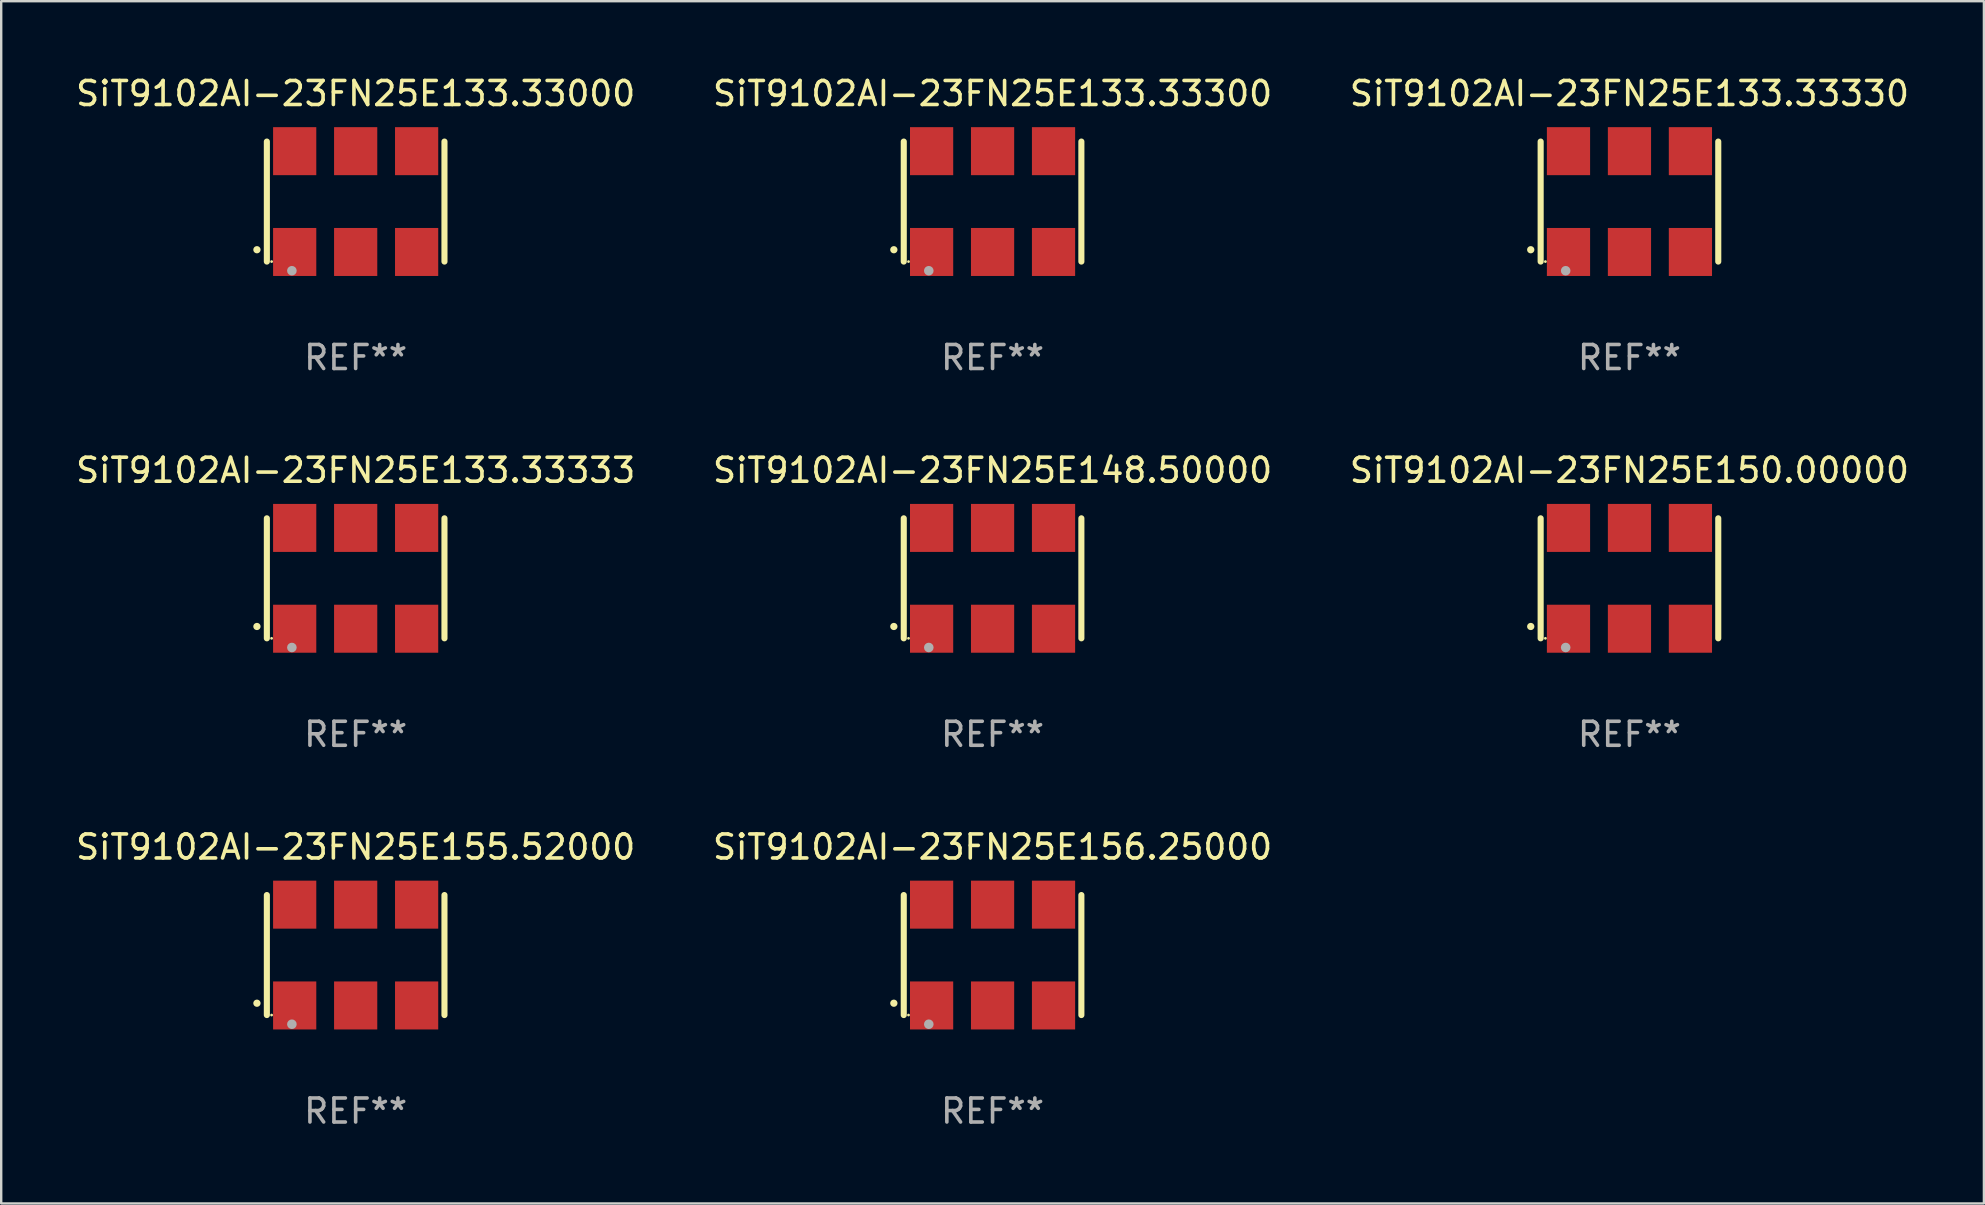
<source format=kicad_pcb>
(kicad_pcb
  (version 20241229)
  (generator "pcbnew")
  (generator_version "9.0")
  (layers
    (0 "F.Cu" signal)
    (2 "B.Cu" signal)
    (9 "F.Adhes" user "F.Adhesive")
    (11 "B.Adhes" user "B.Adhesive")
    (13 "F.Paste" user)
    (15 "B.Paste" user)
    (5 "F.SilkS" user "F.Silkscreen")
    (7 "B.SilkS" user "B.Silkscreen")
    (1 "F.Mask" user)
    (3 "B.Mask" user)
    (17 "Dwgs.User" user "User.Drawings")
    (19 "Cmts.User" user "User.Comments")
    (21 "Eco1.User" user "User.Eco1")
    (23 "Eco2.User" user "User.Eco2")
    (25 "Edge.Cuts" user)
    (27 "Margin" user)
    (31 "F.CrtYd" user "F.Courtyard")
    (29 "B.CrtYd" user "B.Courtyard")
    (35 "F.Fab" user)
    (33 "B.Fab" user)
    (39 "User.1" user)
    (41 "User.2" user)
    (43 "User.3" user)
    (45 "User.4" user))
  (footprint "SiT9102AI-23FN25E156.25000"
    (layer "F.Cu")
    (at 38.304 36.741)
    (property "Reference" "SiT9102AI-23FN25E156.25000" (at 0 -4.5 0) (layer "F.SilkS") (effects (font (size 1 1) (thickness 0.15))))
    (attr through_hole)
    (fp_line (start -3.7 -2.5) (end -3.7 2.5) (stroke (width 0.254) (type solid)) (layer "F.SilkS"))
    (fp_line (start 3.7 -2.5) (end 3.7 2.5) (stroke (width 0.254) (type solid)) (layer "F.SilkS"))
    (fp_arc (start -4.114415 2.006604) (mid -4.113145 2.006599) (end -4.111875 2.006604) (stroke (width 0.3) (type solid)) (layer "F.SilkS"))
    (fp_circle (center -3.502 2.5) (end -3.472 2.5) (stroke (width 0.06) (type solid)) (fill no) (layer "F.SilkS"))
    (fp_circle (center -2.657 2.882) (end -2.557 2.882) (stroke (width 0.2) (type solid)) (fill no) (layer "F.Fab"))
    (fp_text user "REF**" (at 0 6.5 0) (layer "F.Fab") (effects (font (size 1 1) (thickness 0.15))))
    (pad "1" smd rect (at -2.54 2.1) (size 1.8 2) (layers "F.Cu" "F.Mask" "F.Paste"))
    (pad "2" smd rect (at 0.000394 2.1) (size 1.8 2) (layers "F.Cu" "F.Mask" "F.Paste"))
    (pad "3" smd rect (at 2.54 2.1) (size 1.8 2) (layers "F.Cu" "F.Mask" "F.Paste"))
    (pad "4" smd rect (at 2.54 -2.1) (size 1.8 2) (layers "F.Cu" "F.Mask" "F.Paste"))
    (pad "5" smd rect (at 0.000394 -2.1) (size 1.8 2) (layers "F.Cu" "F.Mask" "F.Paste"))
    (pad "6" smd rect (at -2.54 -2.1) (size 1.8 2) (layers "F.Cu" "F.Mask" "F.Paste")))
  (footprint "SiT9102AI-23FN25E148.50000"
    (layer "F.Cu")
    (at 38.304 21.045)
    (property "Reference" "SiT9102AI-23FN25E148.50000" (at 0 -4.5 0) (layer "F.SilkS") (effects (font (size 1 1) (thickness 0.15))))
    (attr through_hole)
    (fp_line (start -3.7 -2.5) (end -3.7 2.5) (stroke (width 0.254) (type solid)) (layer "F.SilkS"))
    (fp_line (start 3.7 -2.5) (end 3.7 2.5) (stroke (width 0.254) (type solid)) (layer "F.SilkS"))
    (fp_arc (start -4.114415 2.006604) (mid -4.113145 2.006599) (end -4.111875 2.006604) (stroke (width 0.3) (type solid)) (layer "F.SilkS"))
    (fp_circle (center -3.502 2.5) (end -3.472 2.5) (stroke (width 0.06) (type solid)) (fill no) (layer "F.SilkS"))
    (fp_circle (center -2.657 2.882) (end -2.557 2.882) (stroke (width 0.2) (type solid)) (fill no) (layer "F.Fab"))
    (fp_text user "REF**" (at 0 6.5 0) (layer "F.Fab") (effects (font (size 1 1) (thickness 0.15))))
    (pad "1" smd rect (at -2.54 2.1) (size 1.8 2) (layers "F.Cu" "F.Mask" "F.Paste"))
    (pad "2" smd rect (at 0.000394 2.1) (size 1.8 2) (layers "F.Cu" "F.Mask" "F.Paste"))
    (pad "3" smd rect (at 2.54 2.1) (size 1.8 2) (layers "F.Cu" "F.Mask" "F.Paste"))
    (pad "4" smd rect (at 2.54 -2.1) (size 1.8 2) (layers "F.Cu" "F.Mask" "F.Paste"))
    (pad "5" smd rect (at 0.000394 -2.1) (size 1.8 2) (layers "F.Cu" "F.Mask" "F.Paste"))
    (pad "6" smd rect (at -2.54 -2.1) (size 1.8 2) (layers "F.Cu" "F.Mask" "F.Paste")))
  (footprint "SiT9102AI-23FN25E150.00000"
    (layer "F.Cu")
    (at 64.839 21.045)
    (property "Reference" "SiT9102AI-23FN25E150.00000" (at 0 -4.5 0) (layer "F.SilkS") (effects (font (size 1 1) (thickness 0.15))))
    (attr through_hole)
    (fp_line (start -3.7 -2.5) (end -3.7 2.5) (stroke (width 0.254) (type solid)) (layer "F.SilkS"))
    (fp_line (start 3.7 -2.5) (end 3.7 2.5) (stroke (width 0.254) (type solid)) (layer "F.SilkS"))
    (fp_arc (start -4.114415 2.006604) (mid -4.113145 2.006599) (end -4.111875 2.006604) (stroke (width 0.3) (type solid)) (layer "F.SilkS"))
    (fp_circle (center -3.502 2.5) (end -3.472 2.5) (stroke (width 0.06) (type solid)) (fill no) (layer "F.SilkS"))
    (fp_circle (center -2.657 2.882) (end -2.557 2.882) (stroke (width 0.2) (type solid)) (fill no) (layer "F.Fab"))
    (fp_text user "REF**" (at 0 6.5 0) (layer "F.Fab") (effects (font (size 1 1) (thickness 0.15))))
    (pad "1" smd rect (at -2.54 2.1) (size 1.8 2) (layers "F.Cu" "F.Mask" "F.Paste"))
    (pad "2" smd rect (at 0.000394 2.1) (size 1.8 2) (layers "F.Cu" "F.Mask" "F.Paste"))
    (pad "3" smd rect (at 2.54 2.1) (size 1.8 2) (layers "F.Cu" "F.Mask" "F.Paste"))
    (pad "4" smd rect (at 2.54 -2.1) (size 1.8 2) (layers "F.Cu" "F.Mask" "F.Paste"))
    (pad "5" smd rect (at 0.000394 -2.1) (size 1.8 2) (layers "F.Cu" "F.Mask" "F.Paste"))
    (pad "6" smd rect (at -2.54 -2.1) (size 1.8 2) (layers "F.Cu" "F.Mask" "F.Paste")))
  (footprint "SiT9102AI-23FN25E133.33330"
    (layer "F.Cu")
    (at 64.839 5.348)
    (property "Reference" "SiT9102AI-23FN25E133.33330" (at 0 -4.5 0) (layer "F.SilkS") (effects (font (size 1 1) (thickness 0.15))))
    (attr through_hole)
    (fp_line (start -3.7 -2.5) (end -3.7 2.5) (stroke (width 0.254) (type solid)) (layer "F.SilkS"))
    (fp_line (start 3.7 -2.5) (end 3.7 2.5) (stroke (width 0.254) (type solid)) (layer "F.SilkS"))
    (fp_arc (start -4.114415 2.006604) (mid -4.113145 2.006599) (end -4.111875 2.006604) (stroke (width 0.3) (type solid)) (layer "F.SilkS"))
    (fp_circle (center -3.502 2.5) (end -3.472 2.5) (stroke (width 0.06) (type solid)) (fill no) (layer "F.SilkS"))
    (fp_circle (center -2.657 2.882) (end -2.557 2.882) (stroke (width 0.2) (type solid)) (fill no) (layer "F.Fab"))
    (fp_text user "REF**" (at 0 6.5 0) (layer "F.Fab") (effects (font (size 1 1) (thickness 0.15))))
    (pad "1" smd rect (at -2.54 2.1) (size 1.8 2) (layers "F.Cu" "F.Mask" "F.Paste"))
    (pad "2" smd rect (at 0.000394 2.1) (size 1.8 2) (layers "F.Cu" "F.Mask" "F.Paste"))
    (pad "3" smd rect (at 2.54 2.1) (size 1.8 2) (layers "F.Cu" "F.Mask" "F.Paste"))
    (pad "4" smd rect (at 2.54 -2.1) (size 1.8 2) (layers "F.Cu" "F.Mask" "F.Paste"))
    (pad "5" smd rect (at 0.000394 -2.1) (size 1.8 2) (layers "F.Cu" "F.Mask" "F.Paste"))
    (pad "6" smd rect (at -2.54 -2.1) (size 1.8 2) (layers "F.Cu" "F.Mask" "F.Paste")))
  (footprint "SiT9102AI-23FN25E133.33300"
    (layer "F.Cu")
    (at 38.304 5.348)
    (property "Reference" "SiT9102AI-23FN25E133.33300" (at 0 -4.5 0) (layer "F.SilkS") (effects (font (size 1 1) (thickness 0.15))))
    (attr through_hole)
    (fp_line (start -3.7 -2.5) (end -3.7 2.5) (stroke (width 0.254) (type solid)) (layer "F.SilkS"))
    (fp_line (start 3.7 -2.5) (end 3.7 2.5) (stroke (width 0.254) (type solid)) (layer "F.SilkS"))
    (fp_arc (start -4.114415 2.006604) (mid -4.113145 2.006599) (end -4.111875 2.006604) (stroke (width 0.3) (type solid)) (layer "F.SilkS"))
    (fp_circle (center -3.502 2.5) (end -3.472 2.5) (stroke (width 0.06) (type solid)) (fill no) (layer "F.SilkS"))
    (fp_circle (center -2.657 2.882) (end -2.557 2.882) (stroke (width 0.2) (type solid)) (fill no) (layer "F.Fab"))
    (fp_text user "REF**" (at 0 6.5 0) (layer "F.Fab") (effects (font (size 1 1) (thickness 0.15))))
    (pad "1" smd rect (at -2.54 2.1) (size 1.8 2) (layers "F.Cu" "F.Mask" "F.Paste"))
    (pad "2" smd rect (at 0.000394 2.1) (size 1.8 2) (layers "F.Cu" "F.Mask" "F.Paste"))
    (pad "3" smd rect (at 2.54 2.1) (size 1.8 2) (layers "F.Cu" "F.Mask" "F.Paste"))
    (pad "4" smd rect (at 2.54 -2.1) (size 1.8 2) (layers "F.Cu" "F.Mask" "F.Paste"))
    (pad "5" smd rect (at 0.000394 -2.1) (size 1.8 2) (layers "F.Cu" "F.Mask" "F.Paste"))
    (pad "6" smd rect (at -2.54 -2.1) (size 1.8 2) (layers "F.Cu" "F.Mask" "F.Paste")))
  (footprint "SiT9102AI-23FN25E155.52000"
    (layer "F.Cu")
    (at 11.768 36.741)
    (property "Reference" "SiT9102AI-23FN25E155.52000" (at 0 -4.5 0) (layer "F.SilkS") (effects (font (size 1 1) (thickness 0.15))))
    (attr through_hole)
    (fp_line (start -3.7 -2.5) (end -3.7 2.5) (stroke (width 0.254) (type solid)) (layer "F.SilkS"))
    (fp_line (start 3.7 -2.5) (end 3.7 2.5) (stroke (width 0.254) (type solid)) (layer "F.SilkS"))
    (fp_arc (start -4.114415 2.006604) (mid -4.113145 2.006599) (end -4.111875 2.006604) (stroke (width 0.3) (type solid)) (layer "F.SilkS"))
    (fp_circle (center -3.502 2.5) (end -3.472 2.5) (stroke (width 0.06) (type solid)) (fill no) (layer "F.SilkS"))
    (fp_circle (center -2.657 2.882) (end -2.557 2.882) (stroke (width 0.2) (type solid)) (fill no) (layer "F.Fab"))
    (fp_text user "REF**" (at 0 6.5 0) (layer "F.Fab") (effects (font (size 1 1) (thickness 0.15))))
    (pad "1" smd rect (at -2.54 2.1) (size 1.8 2) (layers "F.Cu" "F.Mask" "F.Paste"))
    (pad "2" smd rect (at 0.000394 2.1) (size 1.8 2) (layers "F.Cu" "F.Mask" "F.Paste"))
    (pad "3" smd rect (at 2.54 2.1) (size 1.8 2) (layers "F.Cu" "F.Mask" "F.Paste"))
    (pad "4" smd rect (at 2.54 -2.1) (size 1.8 2) (layers "F.Cu" "F.Mask" "F.Paste"))
    (pad "5" smd rect (at 0.000394 -2.1) (size 1.8 2) (layers "F.Cu" "F.Mask" "F.Paste"))
    (pad "6" smd rect (at -2.54 -2.1) (size 1.8 2) (layers "F.Cu" "F.Mask" "F.Paste")))
  (footprint "SiT9102AI-23FN25E133.33333"
    (layer "F.Cu")
    (at 11.768 21.045)
    (property "Reference" "SiT9102AI-23FN25E133.33333" (at 0 -4.5 0) (layer "F.SilkS") (effects (font (size 1 1) (thickness 0.15))))
    (attr through_hole)
    (fp_line (start -3.7 -2.5) (end -3.7 2.5) (stroke (width 0.254) (type solid)) (layer "F.SilkS"))
    (fp_line (start 3.7 -2.5) (end 3.7 2.5) (stroke (width 0.254) (type solid)) (layer "F.SilkS"))
    (fp_arc (start -4.114415 2.006604) (mid -4.113145 2.006599) (end -4.111875 2.006604) (stroke (width 0.3) (type solid)) (layer "F.SilkS"))
    (fp_circle (center -3.502 2.5) (end -3.472 2.5) (stroke (width 0.06) (type solid)) (fill no) (layer "F.SilkS"))
    (fp_circle (center -2.657 2.882) (end -2.557 2.882) (stroke (width 0.2) (type solid)) (fill no) (layer "F.Fab"))
    (fp_text user "REF**" (at 0 6.5 0) (layer "F.Fab") (effects (font (size 1 1) (thickness 0.15))))
    (pad "1" smd rect (at -2.54 2.1) (size 1.8 2) (layers "F.Cu" "F.Mask" "F.Paste"))
    (pad "2" smd rect (at 0.000394 2.1) (size 1.8 2) (layers "F.Cu" "F.Mask" "F.Paste"))
    (pad "3" smd rect (at 2.54 2.1) (size 1.8 2) (layers "F.Cu" "F.Mask" "F.Paste"))
    (pad "4" smd rect (at 2.54 -2.1) (size 1.8 2) (layers "F.Cu" "F.Mask" "F.Paste"))
    (pad "5" smd rect (at 0.000394 -2.1) (size 1.8 2) (layers "F.Cu" "F.Mask" "F.Paste"))
    (pad "6" smd rect (at -2.54 -2.1) (size 1.8 2) (layers "F.Cu" "F.Mask" "F.Paste")))
  (footprint "SiT9102AI-23FN25E133.33000"
    (layer "F.Cu")
    (at 11.768 5.348)
    (property "Reference" "SiT9102AI-23FN25E133.33000" (at 0 -4.5 0) (layer "F.SilkS") (effects (font (size 1 1) (thickness 0.15))))
    (attr through_hole)
    (fp_line (start -3.7 -2.5) (end -3.7 2.5) (stroke (width 0.254) (type solid)) (layer "F.SilkS"))
    (fp_line (start 3.7 -2.5) (end 3.7 2.5) (stroke (width 0.254) (type solid)) (layer "F.SilkS"))
    (fp_arc (start -4.114415 2.006604) (mid -4.113145 2.006599) (end -4.111875 2.006604) (stroke (width 0.3) (type solid)) (layer "F.SilkS"))
    (fp_circle (center -3.502 2.5) (end -3.472 2.5) (stroke (width 0.06) (type solid)) (fill no) (layer "F.SilkS"))
    (fp_circle (center -2.657 2.882) (end -2.557 2.882) (stroke (width 0.2) (type solid)) (fill no) (layer "F.Fab"))
    (fp_text user "REF**" (at 0 6.5 0) (layer "F.Fab") (effects (font (size 1 1) (thickness 0.15))))
    (pad "1" smd rect (at -2.54 2.1) (size 1.8 2) (layers "F.Cu" "F.Mask" "F.Paste"))
    (pad "2" smd rect (at 0.000394 2.1) (size 1.8 2) (layers "F.Cu" "F.Mask" "F.Paste"))
    (pad "3" smd rect (at 2.54 2.1) (size 1.8 2) (layers "F.Cu" "F.Mask" "F.Paste"))
    (pad "4" smd rect (at 2.54 -2.1) (size 1.8 2) (layers "F.Cu" "F.Mask" "F.Paste"))
    (pad "5" smd rect (at 0.000394 -2.1) (size 1.8 2) (layers "F.Cu" "F.Mask" "F.Paste"))
    (pad "6" smd rect (at -2.54 -2.1) (size 1.8 2) (layers "F.Cu" "F.Mask" "F.Paste")))
  (gr_rect
    (start -3 -3)
    (end 79.607 47.09)
    (stroke (width 0.1) (type default))
    (fill no)
    (layer "Edge.Cuts")))
</source>
